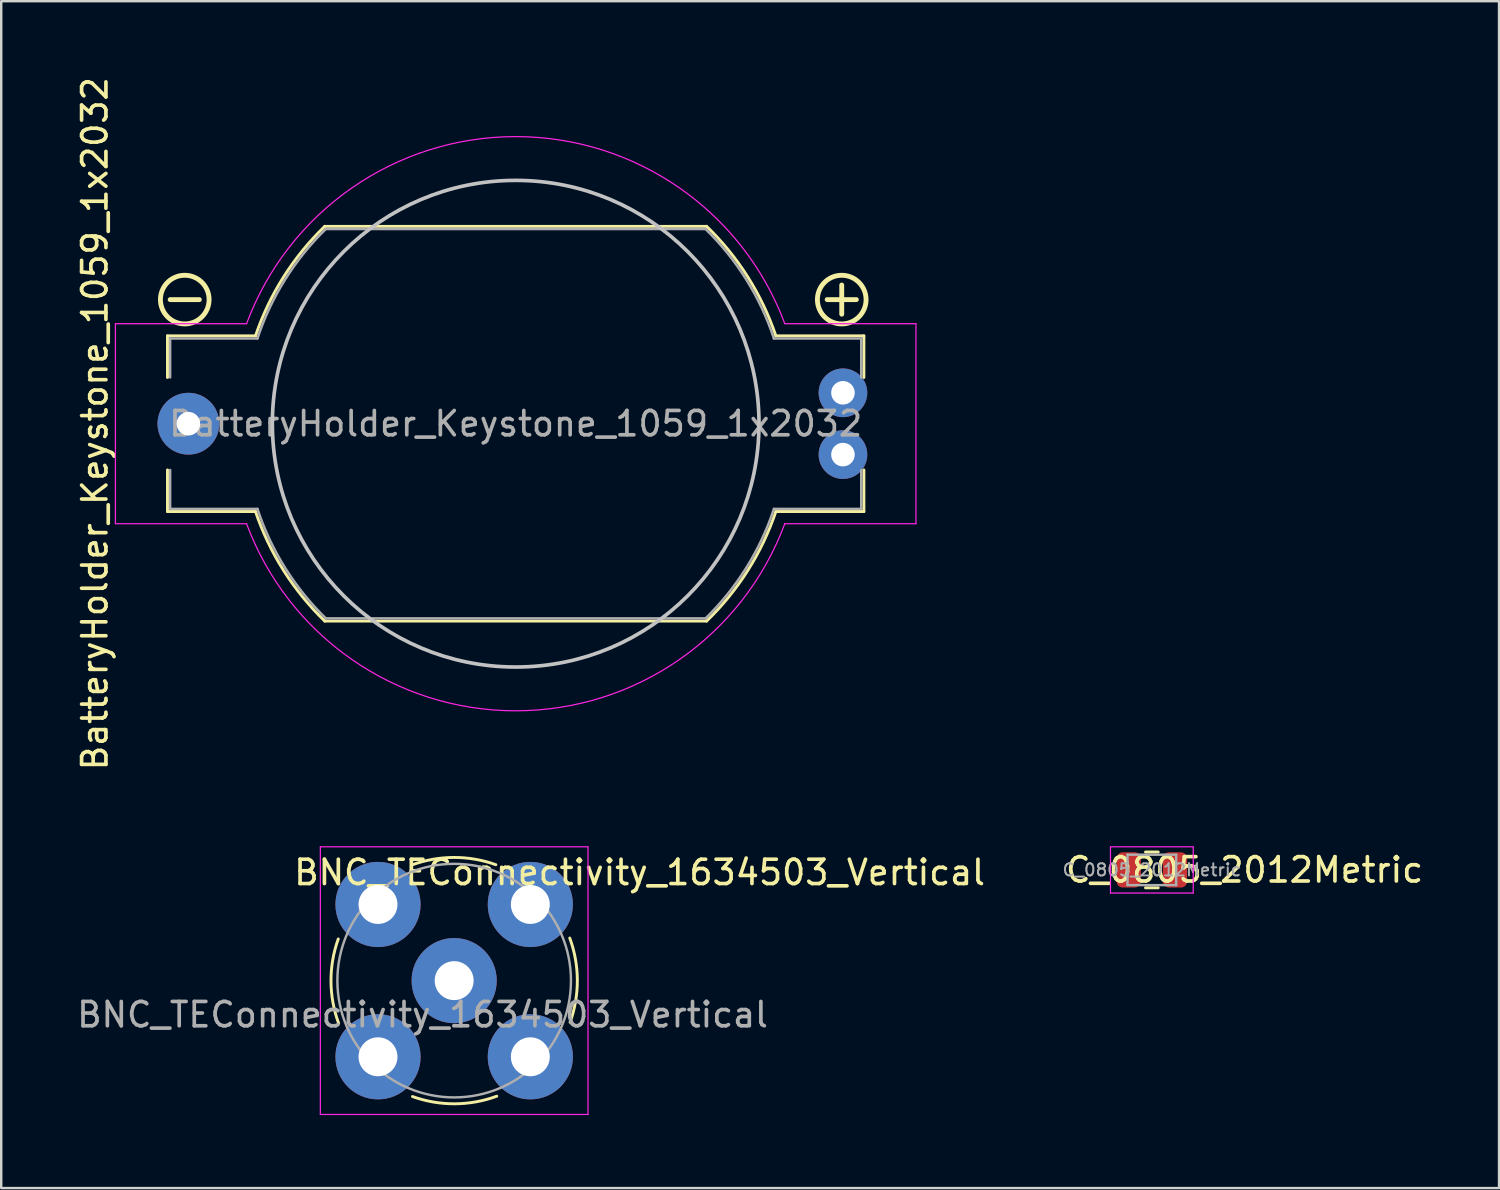
<source format=kicad_pcb>
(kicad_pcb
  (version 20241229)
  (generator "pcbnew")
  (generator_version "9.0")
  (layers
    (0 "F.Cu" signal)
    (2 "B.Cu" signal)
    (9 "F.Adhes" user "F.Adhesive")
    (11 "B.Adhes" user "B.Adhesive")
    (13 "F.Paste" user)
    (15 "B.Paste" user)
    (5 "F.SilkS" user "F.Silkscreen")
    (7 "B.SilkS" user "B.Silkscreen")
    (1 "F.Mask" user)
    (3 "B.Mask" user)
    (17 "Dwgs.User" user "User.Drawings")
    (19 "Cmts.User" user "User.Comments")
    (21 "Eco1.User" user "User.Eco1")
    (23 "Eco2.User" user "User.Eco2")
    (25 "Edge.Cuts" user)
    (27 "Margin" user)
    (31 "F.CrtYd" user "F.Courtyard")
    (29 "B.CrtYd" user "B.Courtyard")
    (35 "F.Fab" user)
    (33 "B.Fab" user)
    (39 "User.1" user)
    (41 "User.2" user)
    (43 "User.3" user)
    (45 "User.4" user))
  (footprint "BNC_TEConnectivity_1634503_Vertical"
    (layer "F.Cu")
    (at 15.615 37.251)
    (property "Reference" "BNC_TEConnectivity_1634503_Vertical" (at 7.62 -4.445 0) (layer "F.SilkS") (effects (font (size 1 1) (thickness 0.15))))
    (attr through_hole)
    (fp_arc (start -4.75 1.75) (mid -5.062075 0.019867) (end -4.763589 -1.712663) (stroke (width 0.12) (type solid)) (layer "F.SilkS"))
    (fp_arc (start -1.75 -4.75) (mid -0.019867 -5.062075) (end 1.712663 -4.763589) (stroke (width 0.12) (type solid)) (layer "F.SilkS"))
    (fp_arc (start 1.75 4.75) (mid 0.019867 5.062075) (end -1.712663 4.763589) (stroke (width 0.12) (type solid)) (layer "F.SilkS"))
    (fp_arc (start 4.75 -1.75) (mid 5.062075 -0.019867) (end 4.763589 1.712663) (stroke (width 0.12) (type solid)) (layer "F.SilkS"))
    (fp_line (start -5.5 -5.5) (end 5.5 -5.5) (stroke (width 0.05) (type solid)) (layer "F.CrtYd"))
    (fp_line (start -5.5 5.5) (end -5.5 -5.5) (stroke (width 0.05) (type solid)) (layer "F.CrtYd"))
    (fp_line (start 5.5 -5.5) (end 5.5 5.5) (stroke (width 0.05) (type solid)) (layer "F.CrtYd"))
    (fp_line (start 5.5 5.5) (end -5.5 5.5) (stroke (width 0.05) (type solid)) (layer "F.CrtYd"))
    (fp_circle (center 0 0) (end 4.8 0) (stroke (width 0.1) (type solid)) (fill no) (layer "F.Fab"))
    (fp_text user "${REFERENCE}" (at -1.3 1.4 0) (layer "F.Fab") (effects (font (size 1 1) (thickness 0.15))))
    (pad "1" thru_hole circle (at 0 0) (size 3.5 3.5) (drill 1.6) (layers "*.Cu" "*.Mask"))
    (pad "2" thru_hole circle (at -3.13 -3.13) (size 3.5 3.5) (drill 1.6) (layers "*.Cu" "*.Mask"))
    (pad "2" thru_hole circle (at -3.13 3.13) (size 3.5 3.5) (drill 1.6) (layers "*.Cu" "*.Mask"))
    (pad "2" thru_hole circle (at 3.13 -3.13) (size 3.5 3.5) (drill 1.6) (layers "*.Cu" "*.Mask"))
    (pad "2" thru_hole circle (at 3.13 3.13) (size 3.5 3.5) (drill 1.6) (layers "*.Cu" "*.Mask")))
  (footprint "BatteryHolder_Keystone_1059_1x2032"
    (layer "F.Cu")
    (at 18.143 14.363)
    (property "Reference" "BatteryHolder_Keystone_1059_1x2032" (at -17.295 0 90) (layer "F.SilkS") (effects (font (size 1 1) (thickness 0.15))))
    (attr through_hole)
    (fp_line (start -14.31 -3.61) (end -10.692 -3.61) (stroke (width 0.12) (type solid)) (layer "F.SilkS"))
    (fp_line (start -14.31 -1.9) (end -14.31 -3.61) (stroke (width 0.12) (type solid)) (layer "F.SilkS"))
    (fp_line (start -14.31 1.9) (end -14.31 3.61) (stroke (width 0.12) (type solid)) (layer "F.SilkS"))
    (fp_line (start -13 -5.1) (end -14.2 -5.1) (stroke (width 0.2) (type solid)) (layer "F.SilkS"))
    (fp_line (start -10.692 3.61) (end -14.31 3.61) (stroke (width 0.12) (type solid)) (layer "F.SilkS"))
    (fp_line (start -7.847 -8.11) (end 7.847 -8.11) (stroke (width 0.12) (type solid)) (layer "F.SilkS"))
    (fp_line (start 7.845 8.112) (end -7.847 8.11) (stroke (width 0.12) (type solid)) (layer "F.SilkS"))
    (fp_line (start 10.692 -3.61) (end 14.31 -3.61) (stroke (width 0.12) (type solid)) (layer "F.SilkS"))
    (fp_line (start 13.4 -5.7) (end 13.4 -4.5) (stroke (width 0.2) (type solid)) (layer "F.SilkS"))
    (fp_line (start 14 -5.1) (end 12.8 -5.1) (stroke (width 0.2) (type solid)) (layer "F.SilkS"))
    (fp_line (start 14.31 -1.9) (end 14.31 -3.61) (stroke (width 0.12) (type solid)) (layer "F.SilkS"))
    (fp_line (start 14.31 1.9) (end 14.31 3.61) (stroke (width 0.12) (type solid)) (layer "F.SilkS"))
    (fp_line (start 14.31 3.61) (end 10.692 3.61) (stroke (width 0.12) (type solid)) (layer "F.SilkS"))
    (fp_arc (start -10.692 -3.61) (mid -9.538084 -6.031244) (end -7.845371 -8.111789) (stroke (width 0.12) (type solid)) (layer "F.SilkS"))
    (fp_arc (start -7.845371 8.111789) (mid -9.538085 6.031244) (end -10.692 3.61) (stroke (width 0.12) (type solid)) (layer "F.SilkS"))
    (fp_arc (start 7.845371 -8.111789) (mid 9.538085 -6.031244) (end 10.692 -3.61) (stroke (width 0.12) (type solid)) (layer "F.SilkS"))
    (fp_arc (start 10.692 3.61) (mid 9.538084 6.031244) (end 7.845371 8.111789) (stroke (width 0.12) (type solid)) (layer "F.SilkS"))
    (fp_circle (center -13.6 -5.1) (end -12.6 -5.1) (stroke (width 0.2) (type solid)) (fill no) (layer "F.SilkS"))
    (fp_circle (center 13.4 -5.1) (end 14.4 -5.1) (stroke (width 0.2) (type solid)) (fill no) (layer "F.SilkS"))
    (fp_circle (center 0 0) (end 10 0) (stroke (width 0.15) (type solid)) (fill no) (layer "Dwgs.User"))
    (fp_line (start -16.45 -4.11) (end -16.45 4.11) (stroke (width 0.05) (type solid)) (layer "F.CrtYd"))
    (fp_line (start -16.45 -4.11) (end -11.06 -4.11) (stroke (width 0.05) (type solid)) (layer "F.CrtYd"))
    (fp_line (start -16.45 4.11) (end -11.06 4.11) (stroke (width 0.05) (type solid)) (layer "F.CrtYd"))
    (fp_line (start 11.06 4.11) (end 16.45 4.11) (stroke (width 0.05) (type solid)) (layer "F.CrtYd"))
    (fp_line (start 16.45 -4.11) (end 11.06 -4.11) (stroke (width 0.05) (type solid)) (layer "F.CrtYd"))
    (fp_line (start 16.45 4.11) (end 16.45 -4.11) (stroke (width 0.05) (type solid)) (layer "F.CrtYd"))
    (fp_arc (start -11.06 -4.11) (mid -0.002978 -11.79897) (end 11.057924 -4.115582) (stroke (width 0.05) (type solid)) (layer "F.CrtYd"))
    (fp_arc (start 11.06 4.11) (mid 0.002978 11.79897) (end -11.057924 4.115582) (stroke (width 0.05) (type solid)) (layer "F.CrtYd"))
    (fp_line (start -14.2 -3.5) (end -14.2 -1.9) (stroke (width 0.1) (type solid)) (layer "F.Fab"))
    (fp_line (start -14.2 -3.5) (end -10.613 -3.5) (stroke (width 0.1) (type solid)) (layer "F.Fab"))
    (fp_line (start -14.2 1.9) (end -14.2 3.5) (stroke (width 0.1) (type solid)) (layer "F.Fab"))
    (fp_line (start -14.2 3.5) (end -10.613 3.5) (stroke (width 0.1) (type solid)) (layer "F.Fab"))
    (fp_line (start -7.803 -8) (end 7.803 -8) (stroke (width 0.1) (type solid)) (layer "F.Fab"))
    (fp_line (start 7.803 8) (end -7.803 8) (stroke (width 0.1) (type solid)) (layer "F.Fab"))
    (fp_line (start 10.613 -3.5) (end 14.2 -3.5) (stroke (width 0.1) (type solid)) (layer "F.Fab"))
    (fp_line (start 14.2 -3.5) (end 14.2 -1.9) (stroke (width 0.1) (type solid)) (layer "F.Fab"))
    (fp_line (start 14.2 1.9) (end 14.2 3.5) (stroke (width 0.1) (type solid)) (layer "F.Fab"))
    (fp_line (start 14.2 3.5) (end 10.613 3.5) (stroke (width 0.1) (type solid)) (layer "F.Fab"))
    (fp_arc (start -10.61275 -3.5) (mid -9.478596 -5.919179) (end -7.802602 -7.999992) (stroke (width 0.1) (type solid)) (layer "F.Fab"))
    (fp_arc (start -7.802602 7.999992) (mid -9.478596 5.91918) (end -10.61275 3.5) (stroke (width 0.1) (type solid)) (layer "F.Fab"))
    (fp_arc (start 7.802602 -7.999992) (mid 9.478596 -5.91918) (end 10.61275 -3.5) (stroke (width 0.1) (type solid)) (layer "F.Fab"))
    (fp_arc (start 10.61275 3.5) (mid 9.478596 5.919179) (end 7.802602 7.999992) (stroke (width 0.1) (type solid)) (layer "F.Fab"))
    (fp_text user "${REFERENCE}" (at 0 0 0) (layer "F.Fab") (effects (font (size 1 1) (thickness 0.15))))
    (pad "1" thru_hole circle (at -13.45 0) (size 2.54 2.54) (drill 0.97) (layers "*.Cu" "*.Mask"))
    (pad "2" thru_hole circle (at 13.45 1.27) (size 2 2) (drill 0.97) (layers "*.Cu" "*.Mask"))
    (pad "3" thru_hole circle (at 13.45 -1.27) (size 2 2) (drill 0.97) (layers "*.Cu" "*.Mask")))
  (footprint "C_0805_2012Metric"
    (layer "F.Cu")
    (at 44.288 32.701)
    (property "Reference" "C_0805_2012Metric" (at 3.81 0 180) (layer "F.SilkS") (effects (font (size 1 1) (thickness 0.15))))
    (attr smd)
    (fp_line (start -0.261 -0.735) (end 0.261 -0.735) (stroke (width 0.12) (type solid)) (layer "F.SilkS"))
    (fp_line (start -0.261 0.735) (end 0.261 0.735) (stroke (width 0.12) (type solid)) (layer "F.SilkS"))
    (fp_line (start -1.7 -0.95) (end 1.7 -0.95) (stroke (width 0.05) (type solid)) (layer "F.CrtYd"))
    (fp_line (start -1.7 0.95) (end -1.7 -0.95) (stroke (width 0.05) (type solid)) (layer "F.CrtYd"))
    (fp_line (start 1.7 -0.95) (end 1.7 0.95) (stroke (width 0.05) (type solid)) (layer "F.CrtYd"))
    (fp_line (start 1.7 0.95) (end -1.7 0.95) (stroke (width 0.05) (type solid)) (layer "F.CrtYd"))
    (fp_line (start -1 -0.625) (end 1 -0.625) (stroke (width 0.1) (type solid)) (layer "F.Fab"))
    (fp_line (start -1 0.625) (end -1 -0.625) (stroke (width 0.1) (type solid)) (layer "F.Fab"))
    (fp_line (start 1 -0.625) (end 1 0.625) (stroke (width 0.1) (type solid)) (layer "F.Fab"))
    (fp_line (start 1 0.625) (end -1 0.625) (stroke (width 0.1) (type solid)) (layer "F.Fab"))
    (fp_text user "${REFERENCE}" (at 0 0 180) (layer "F.Fab") (effects (font (size 0.5 0.5) (thickness 0.08))))
    (pad "1" smd roundrect (at -0.95 0) (size 1 1.45) (layers "F.Cu" "F.Mask" "F.Paste") (roundrect_rratio 0.25))
    (pad "2" smd roundrect (at 0.95 0) (size 1 1.45) (layers "F.Cu" "F.Mask" "F.Paste") (roundrect_rratio 0.25)))
  (gr_rect
    (start -3 -3)
    (end 58.556 45.776)
    (stroke (width 0.1) (type default))
    (fill no)
    (layer "Edge.Cuts")))
</source>
